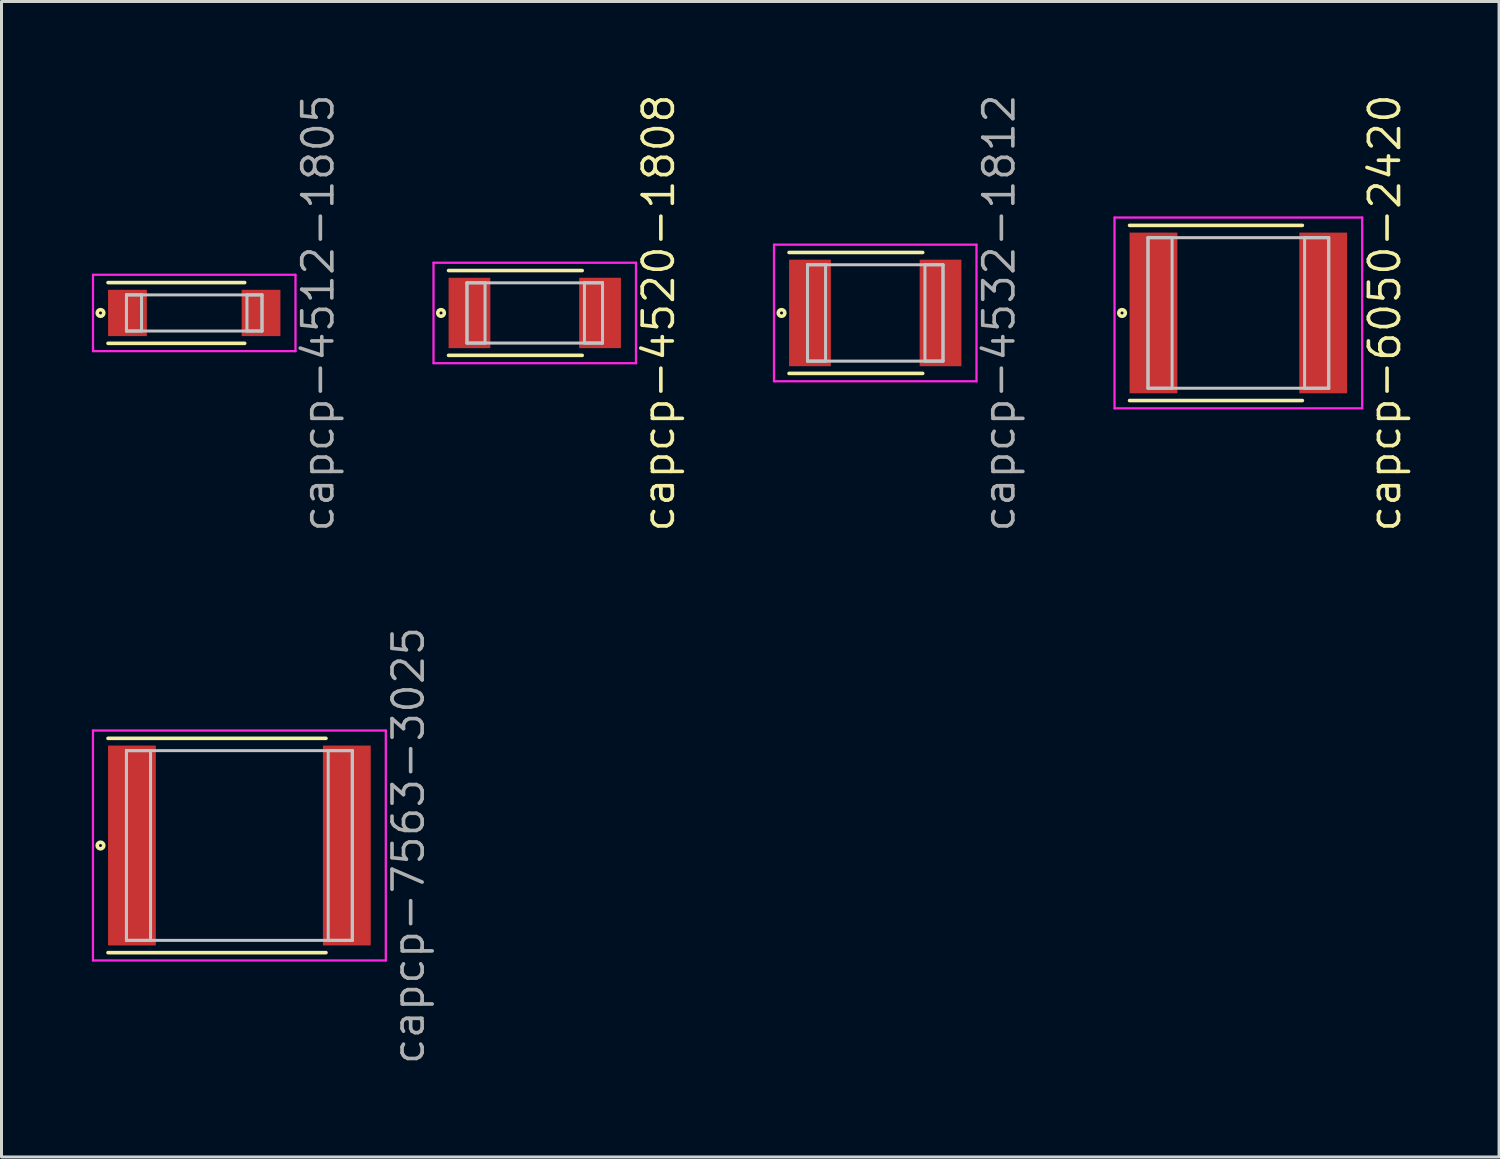
<source format=kicad_pcb>
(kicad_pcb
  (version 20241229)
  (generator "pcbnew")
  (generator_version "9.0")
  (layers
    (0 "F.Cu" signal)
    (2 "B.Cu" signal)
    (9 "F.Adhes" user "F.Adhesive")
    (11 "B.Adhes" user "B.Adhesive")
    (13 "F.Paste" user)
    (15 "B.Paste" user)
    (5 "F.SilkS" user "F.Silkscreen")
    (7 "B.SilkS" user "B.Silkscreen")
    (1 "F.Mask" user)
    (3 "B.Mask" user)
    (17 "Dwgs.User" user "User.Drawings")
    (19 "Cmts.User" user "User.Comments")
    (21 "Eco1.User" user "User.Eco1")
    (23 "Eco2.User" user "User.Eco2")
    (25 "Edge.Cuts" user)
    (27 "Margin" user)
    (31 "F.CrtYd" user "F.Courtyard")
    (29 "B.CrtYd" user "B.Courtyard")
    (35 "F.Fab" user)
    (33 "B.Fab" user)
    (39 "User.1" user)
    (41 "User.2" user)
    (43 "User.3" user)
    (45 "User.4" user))
  (footprint "capcp-7563-3025"
    (layer "F.Cu")
    (at 4.899 25.026)
    (property "Reference" "capcp-7563-3025" (at 5.612 0 90) (layer "F.Fab") (effects (font (size 1 1) (thickness 0.12))))
    (attr through_hole)
    (fp_line (start -4.362 -3.558) (end 2.875 -3.558) (stroke (width 0.12) (type solid)) (layer "F.SilkS"))
    (fp_line (start -4.362 3.558) (end 2.875 3.558) (stroke (width 0.12) (type solid)) (layer "F.SilkS"))
    (fp_circle (center -4.612 0) (end -4.562 0) (stroke (width 0.12) (type solid)) (fill no) (layer "F.SilkS"))
    (fp_line (start -3.75 -3.15) (end -3.75 3.15) (stroke (width 0.1) (type solid)) (layer "Dwgs.User"))
    (fp_line (start -3.75 -3.15) (end -3.75 3.15) (stroke (width 0.1) (type solid)) (layer "Dwgs.User"))
    (fp_line (start -3.75 3.15) (end -2.95 3.15) (stroke (width 0.1) (type solid)) (layer "Dwgs.User"))
    (fp_line (start -3.75 3.15) (end 3.75 3.15) (stroke (width 0.1) (type solid)) (layer "Dwgs.User"))
    (fp_line (start -2.95 -3.15) (end -3.75 -3.15) (stroke (width 0.1) (type solid)) (layer "Dwgs.User"))
    (fp_line (start -2.95 3.15) (end -2.95 -3.15) (stroke (width 0.1) (type solid)) (layer "Dwgs.User"))
    (fp_line (start 2.95 -3.15) (end 2.95 3.15) (stroke (width 0.1) (type solid)) (layer "Dwgs.User"))
    (fp_line (start 2.95 3.15) (end 3.75 3.15) (stroke (width 0.1) (type solid)) (layer "Dwgs.User"))
    (fp_line (start 3.75 -3.15) (end -3.75 -3.15) (stroke (width 0.1) (type solid)) (layer "Dwgs.User"))
    (fp_line (start 3.75 -3.15) (end 2.95 -3.15) (stroke (width 0.1) (type solid)) (layer "Dwgs.User"))
    (fp_line (start 3.75 3.15) (end 3.75 -3.15) (stroke (width 0.1) (type solid)) (layer "Dwgs.User"))
    (fp_line (start 3.75 3.15) (end 3.75 -3.15) (stroke (width 0.1) (type solid)) (layer "Dwgs.User"))
    (fp_line (start -4.862 -3.818) (end -4.862 3.818) (stroke (width 0.075) (type solid)) (layer "F.CrtYd"))
    (fp_line (start -4.862 3.818) (end 4.862 3.818) (stroke (width 0.075) (type solid)) (layer "F.CrtYd"))
    (fp_line (start 4.862 -3.818) (end -4.862 -3.818) (stroke (width 0.075) (type solid)) (layer "F.CrtYd"))
    (fp_line (start 4.862 3.818) (end 4.862 -3.818) (stroke (width 0.075) (type solid)) (layer "F.CrtYd"))
    (pad "1" smd rect (at -3.568 0) (size 1.587 6.637) (layers "F.Cu" "F.Mask" "F.Paste"))
    (pad "2" smd rect (at 3.568 0) (size 1.587 6.637) (layers "F.Cu" "F.Mask" "F.Paste")))
  (footprint "capcp-4520-1808"
    (layer "F.Cu")
    (at 14.707 7.342)
    (property "Reference" "capcp-4520-1808" (at 4.112 0 90) (layer "F.SilkS") (effects (font (size 1 1) (thickness 0.12))))
    (attr through_hole)
    (fp_line (start -2.862 -1.408) (end 1.575 -1.408) (stroke (width 0.12) (type solid)) (layer "F.SilkS"))
    (fp_line (start -2.862 1.408) (end 1.575 1.408) (stroke (width 0.12) (type solid)) (layer "F.SilkS"))
    (fp_circle (center -3.112 0) (end -3.062 0) (stroke (width 0.12) (type solid)) (fill no) (layer "F.SilkS"))
    (fp_line (start -2.25 -1) (end -2.25 1) (stroke (width 0.1) (type solid)) (layer "Dwgs.User"))
    (fp_line (start -2.25 -1) (end -2.25 1) (stroke (width 0.1) (type solid)) (layer "Dwgs.User"))
    (fp_line (start -2.25 1) (end -1.65 1) (stroke (width 0.1) (type solid)) (layer "Dwgs.User"))
    (fp_line (start -2.25 1) (end 2.25 1) (stroke (width 0.1) (type solid)) (layer "Dwgs.User"))
    (fp_line (start -1.65 -1) (end -2.25 -1) (stroke (width 0.1) (type solid)) (layer "Dwgs.User"))
    (fp_line (start -1.65 1) (end -1.65 -1) (stroke (width 0.1) (type solid)) (layer "Dwgs.User"))
    (fp_line (start 1.65 -1) (end 1.65 1) (stroke (width 0.1) (type solid)) (layer "Dwgs.User"))
    (fp_line (start 1.65 1) (end 2.25 1) (stroke (width 0.1) (type solid)) (layer "Dwgs.User"))
    (fp_line (start 2.25 -1) (end -2.25 -1) (stroke (width 0.1) (type solid)) (layer "Dwgs.User"))
    (fp_line (start 2.25 -1) (end 1.65 -1) (stroke (width 0.1) (type solid)) (layer "Dwgs.User"))
    (fp_line (start 2.25 1) (end 2.25 -1) (stroke (width 0.1) (type solid)) (layer "Dwgs.User"))
    (fp_line (start 2.25 1) (end 2.25 -1) (stroke (width 0.1) (type solid)) (layer "Dwgs.User"))
    (fp_line (start -3.362 -1.668) (end -3.362 1.668) (stroke (width 0.075) (type solid)) (layer "F.CrtYd"))
    (fp_line (start -3.362 1.668) (end 3.362 1.668) (stroke (width 0.075) (type solid)) (layer "F.CrtYd"))
    (fp_line (start 3.362 -1.668) (end -3.362 -1.668) (stroke (width 0.075) (type solid)) (layer "F.CrtYd"))
    (fp_line (start 3.362 1.668) (end 3.362 -1.668) (stroke (width 0.075) (type solid)) (layer "F.CrtYd"))
    (pad "1" smd rect (at -2.168 0) (size 1.387 2.337) (layers "F.Cu" "F.Mask" "F.Paste"))
    (pad "2" smd rect (at 2.168 0) (size 1.387 2.337) (layers "F.Cu" "F.Mask" "F.Paste")))
  (footprint "capcp-4512-1805"
    (layer "F.Cu")
    (at 3.4 7.342)
    (property "Reference" "capcp-4512-1805" (at 4.112 0 90) (layer "F.Fab") (effects (font (size 1 1) (thickness 0.12))))
    (attr through_hole)
    (fp_line (start -2.862 -1.008) (end 1.675 -1.008) (stroke (width 0.12) (type solid)) (layer "F.SilkS"))
    (fp_line (start -2.862 1.008) (end 1.675 1.008) (stroke (width 0.12) (type solid)) (layer "F.SilkS"))
    (fp_circle (center -3.112 0) (end -3.062 0) (stroke (width 0.12) (type solid)) (fill no) (layer "F.SilkS"))
    (fp_line (start -2.25 -0.6) (end -2.25 0.6) (stroke (width 0.1) (type solid)) (layer "Dwgs.User"))
    (fp_line (start -2.25 -0.6) (end -2.25 0.6) (stroke (width 0.1) (type solid)) (layer "Dwgs.User"))
    (fp_line (start -2.25 0.6) (end -1.75 0.6) (stroke (width 0.1) (type solid)) (layer "Dwgs.User"))
    (fp_line (start -2.25 0.6) (end 2.25 0.6) (stroke (width 0.1) (type solid)) (layer "Dwgs.User"))
    (fp_line (start -1.75 -0.6) (end -2.25 -0.6) (stroke (width 0.1) (type solid)) (layer "Dwgs.User"))
    (fp_line (start -1.75 0.6) (end -1.75 -0.6) (stroke (width 0.1) (type solid)) (layer "Dwgs.User"))
    (fp_line (start 1.75 -0.6) (end 1.75 0.6) (stroke (width 0.1) (type solid)) (layer "Dwgs.User"))
    (fp_line (start 1.75 0.6) (end 2.25 0.6) (stroke (width 0.1) (type solid)) (layer "Dwgs.User"))
    (fp_line (start 2.25 -0.6) (end -2.25 -0.6) (stroke (width 0.1) (type solid)) (layer "Dwgs.User"))
    (fp_line (start 2.25 -0.6) (end 1.75 -0.6) (stroke (width 0.1) (type solid)) (layer "Dwgs.User"))
    (fp_line (start 2.25 0.6) (end 2.25 -0.6) (stroke (width 0.1) (type solid)) (layer "Dwgs.User"))
    (fp_line (start 2.25 0.6) (end 2.25 -0.6) (stroke (width 0.1) (type solid)) (layer "Dwgs.User"))
    (fp_line (start -3.362 -1.268) (end -3.362 1.268) (stroke (width 0.075) (type solid)) (layer "F.CrtYd"))
    (fp_line (start -3.362 1.268) (end 3.362 1.268) (stroke (width 0.075) (type solid)) (layer "F.CrtYd"))
    (fp_line (start 3.362 -1.268) (end -3.362 -1.268) (stroke (width 0.075) (type solid)) (layer "F.CrtYd"))
    (fp_line (start 3.362 1.268) (end 3.362 -1.268) (stroke (width 0.075) (type solid)) (layer "F.CrtYd"))
    (pad "1" smd rect (at -2.218 0) (size 1.287 1.537) (layers "F.Cu" "F.Mask" "F.Paste"))
    (pad "2" smd rect (at 2.218 0) (size 1.287 1.537) (layers "F.Cu" "F.Mask" "F.Paste")))
  (footprint "capcp-6050-2420"
    (layer "F.Cu")
    (at 38.071 7.342)
    (property "Reference" "capcp-6050-2420" (at 4.862 0 90) (layer "F.SilkS") (effects (font (size 1 1) (thickness 0.12))))
    (attr through_hole)
    (fp_line (start -3.612 -2.908) (end 2.125 -2.908) (stroke (width 0.12) (type solid)) (layer "F.SilkS"))
    (fp_line (start -3.612 2.908) (end 2.125 2.908) (stroke (width 0.12) (type solid)) (layer "F.SilkS"))
    (fp_circle (center -3.862 0) (end -3.812 0) (stroke (width 0.12) (type solid)) (fill no) (layer "F.SilkS"))
    (fp_line (start -3 -2.5) (end -3 2.5) (stroke (width 0.1) (type solid)) (layer "Dwgs.User"))
    (fp_line (start -3 -2.5) (end -3 2.5) (stroke (width 0.1) (type solid)) (layer "Dwgs.User"))
    (fp_line (start -3 2.5) (end -2.2 2.5) (stroke (width 0.1) (type solid)) (layer "Dwgs.User"))
    (fp_line (start -3 2.5) (end 3 2.5) (stroke (width 0.1) (type solid)) (layer "Dwgs.User"))
    (fp_line (start -2.2 -2.5) (end -3 -2.5) (stroke (width 0.1) (type solid)) (layer "Dwgs.User"))
    (fp_line (start -2.2 2.5) (end -2.2 -2.5) (stroke (width 0.1) (type solid)) (layer "Dwgs.User"))
    (fp_line (start 2.2 -2.5) (end 2.2 2.5) (stroke (width 0.1) (type solid)) (layer "Dwgs.User"))
    (fp_line (start 2.2 2.5) (end 3 2.5) (stroke (width 0.1) (type solid)) (layer "Dwgs.User"))
    (fp_line (start 3 -2.5) (end -3 -2.5) (stroke (width 0.1) (type solid)) (layer "Dwgs.User"))
    (fp_line (start 3 -2.5) (end 2.2 -2.5) (stroke (width 0.1) (type solid)) (layer "Dwgs.User"))
    (fp_line (start 3 2.5) (end 3 -2.5) (stroke (width 0.1) (type solid)) (layer "Dwgs.User"))
    (fp_line (start 3 2.5) (end 3 -2.5) (stroke (width 0.1) (type solid)) (layer "Dwgs.User"))
    (fp_line (start -4.112 -3.168) (end -4.112 3.168) (stroke (width 0.075) (type solid)) (layer "F.CrtYd"))
    (fp_line (start -4.112 3.168) (end 4.112 3.168) (stroke (width 0.075) (type solid)) (layer "F.CrtYd"))
    (fp_line (start 4.112 -3.168) (end -4.112 -3.168) (stroke (width 0.075) (type solid)) (layer "F.CrtYd"))
    (fp_line (start 4.112 3.168) (end 4.112 -3.168) (stroke (width 0.075) (type solid)) (layer "F.CrtYd"))
    (pad "1" smd rect (at -2.818 0) (size 1.587 5.337) (layers "F.Cu" "F.Mask" "F.Paste"))
    (pad "2" smd rect (at 2.818 0) (size 1.587 5.337) (layers "F.Cu" "F.Mask" "F.Paste")))
  (footprint "capcp-4532-1812"
    (layer "F.Cu")
    (at 26.014 7.342)
    (property "Reference" "capcp-4532-1812" (at 4.112 0 90) (layer "F.Fab") (effects (font (size 1 1) (thickness 0.12))))
    (attr through_hole)
    (fp_line (start -2.862 -2.008) (end 1.575 -2.008) (stroke (width 0.12) (type solid)) (layer "F.SilkS"))
    (fp_line (start -2.862 2.008) (end 1.575 2.008) (stroke (width 0.12) (type solid)) (layer "F.SilkS"))
    (fp_circle (center -3.112 0) (end -3.062 0) (stroke (width 0.12) (type solid)) (fill no) (layer "F.SilkS"))
    (fp_line (start -2.25 -1.6) (end -2.25 1.6) (stroke (width 0.1) (type solid)) (layer "Dwgs.User"))
    (fp_line (start -2.25 -1.6) (end -2.25 1.6) (stroke (width 0.1) (type solid)) (layer "Dwgs.User"))
    (fp_line (start -2.25 1.6) (end -1.65 1.6) (stroke (width 0.1) (type solid)) (layer "Dwgs.User"))
    (fp_line (start -2.25 1.6) (end 2.25 1.6) (stroke (width 0.1) (type solid)) (layer "Dwgs.User"))
    (fp_line (start -1.65 -1.6) (end -2.25 -1.6) (stroke (width 0.1) (type solid)) (layer "Dwgs.User"))
    (fp_line (start -1.65 1.6) (end -1.65 -1.6) (stroke (width 0.1) (type solid)) (layer "Dwgs.User"))
    (fp_line (start 1.65 -1.6) (end 1.65 1.6) (stroke (width 0.1) (type solid)) (layer "Dwgs.User"))
    (fp_line (start 1.65 1.6) (end 2.25 1.6) (stroke (width 0.1) (type solid)) (layer "Dwgs.User"))
    (fp_line (start 2.25 -1.6) (end -2.25 -1.6) (stroke (width 0.1) (type solid)) (layer "Dwgs.User"))
    (fp_line (start 2.25 -1.6) (end 1.65 -1.6) (stroke (width 0.1) (type solid)) (layer "Dwgs.User"))
    (fp_line (start 2.25 1.6) (end 2.25 -1.6) (stroke (width 0.1) (type solid)) (layer "Dwgs.User"))
    (fp_line (start 2.25 1.6) (end 2.25 -1.6) (stroke (width 0.1) (type solid)) (layer "Dwgs.User"))
    (fp_line (start -3.362 -2.268) (end -3.362 2.268) (stroke (width 0.075) (type solid)) (layer "F.CrtYd"))
    (fp_line (start -3.362 2.268) (end 3.362 2.268) (stroke (width 0.075) (type solid)) (layer "F.CrtYd"))
    (fp_line (start 3.362 -2.268) (end -3.362 -2.268) (stroke (width 0.075) (type solid)) (layer "F.CrtYd"))
    (fp_line (start 3.362 2.268) (end 3.362 -2.268) (stroke (width 0.075) (type solid)) (layer "F.CrtYd"))
    (pad "1" smd rect (at -2.168 0) (size 1.387 3.537) (layers "F.Cu" "F.Mask" "F.Paste"))
    (pad "2" smd rect (at 2.168 0) (size 1.387 3.537) (layers "F.Cu" "F.Mask" "F.Paste")))
  (gr_rect
    (start -3 -3)
    (end 46.728 35.368)
    (stroke (width 0.1) (type default))
    (fill no)
    (layer "Edge.Cuts")))
</source>
